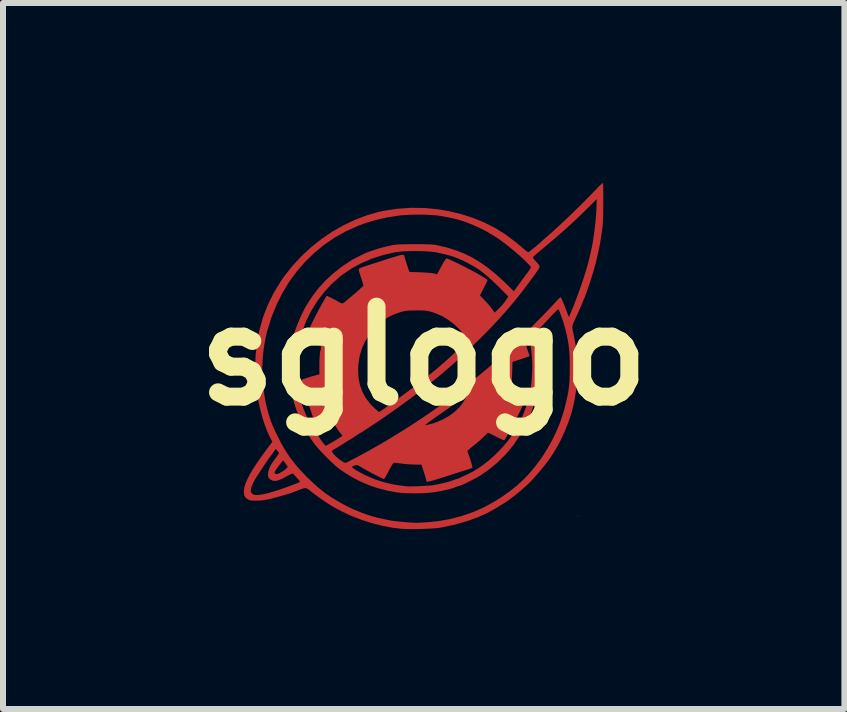
<source format=kicad_pcb>
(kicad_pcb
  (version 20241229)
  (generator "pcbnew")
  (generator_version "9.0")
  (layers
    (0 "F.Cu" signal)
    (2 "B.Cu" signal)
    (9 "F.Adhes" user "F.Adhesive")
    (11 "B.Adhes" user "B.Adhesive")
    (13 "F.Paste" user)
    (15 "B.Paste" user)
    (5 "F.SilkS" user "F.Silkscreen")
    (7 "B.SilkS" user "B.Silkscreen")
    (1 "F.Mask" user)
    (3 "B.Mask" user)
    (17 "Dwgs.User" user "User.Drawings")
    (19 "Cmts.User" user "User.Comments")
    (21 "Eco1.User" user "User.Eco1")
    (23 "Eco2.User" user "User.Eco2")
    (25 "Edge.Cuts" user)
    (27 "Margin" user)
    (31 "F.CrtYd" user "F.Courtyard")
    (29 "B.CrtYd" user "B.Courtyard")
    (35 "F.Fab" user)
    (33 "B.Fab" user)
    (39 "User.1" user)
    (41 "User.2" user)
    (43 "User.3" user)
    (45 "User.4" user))
  (footprint "sglogo"
    (layer "F.Cu")
    (at 4.014 2.885)
    (property "Reference" "sglogo" (at 0 0 0) (layer "F.SilkS") (effects (font (size 1.5 1.5) (thickness 0.3))))
    (attr board_only exclude_from_pos_files exclude_from_bom)
    (fp_poly (pts (xy 2.567 2.654) (xy 2.562 2.658) (xy 2.557 2.654) (xy 2.562 2.649)) (stroke (width 0) (type solid)) (fill yes) (layer "F.Cu"))
    (fp_poly (pts (xy 2.567 2.673) (xy 2.562 2.678) (xy 2.557 2.673) (xy 2.562 2.668)) (stroke (width 0) (type solid)) (fill yes) (layer "F.Cu"))
    (fp_poly (pts (xy 2.605 2.654) (xy 2.601 2.658) (xy 2.596 2.654) (xy 2.601 2.649)) (stroke (width 0) (type solid)) (fill yes) (layer "F.Cu"))
    (fp_poly (pts (xy 2.989 -2.885) (xy 2.991 -2.874) (xy 2.992 -2.846) (xy 2.993 -2.804) (xy 2.994 -2.749) (xy 2.995 -2.684) (xy 2.995 -2.611) (xy 2.995 -2.554) (xy 2.994 -2.461) (xy 2.993 -2.384) (xy 2.992 -2.32) (xy 2.99 -2.266) (xy 2.988 -2.22) (xy 2.984 -2.178) (xy 2.98 -2.137) (xy 2.974 -2.094) (xy 2.973 -2.085) (xy 2.959 -1.993) (xy 2.946 -1.913) (xy 2.934 -1.842) (xy 2.92 -1.773) (xy 2.904 -1.7) (xy 2.885 -1.619) (xy 2.869 -1.551) (xy 2.85 -1.481) (xy 2.827 -1.399) (xy 2.799 -1.31) (xy 2.77 -1.219) (xy 2.739 -1.129) (xy 2.71 -1.045) (xy 2.682 -0.973) (xy 2.664 -0.93) (xy 2.657 -0.912) (xy 2.644 -0.882) (xy 2.629 -0.845) (xy 2.624 -0.833) (xy 2.607 -0.794) (xy 2.585 -0.744) (xy 2.56 -0.689) (xy 2.535 -0.636) (xy 2.535 -0.636) (xy 2.511 -0.582) (xy 2.492 -0.536) (xy 2.481 -0.502) (xy 2.478 -0.484) (xy 2.48 -0.46) (xy 2.486 -0.425) (xy 2.495 -0.383) (xy 2.498 -0.368) (xy 2.533 -0.184) (xy 2.555 0.009) (xy 2.564 0.203) (xy 2.558 0.393) (xy 2.558 0.397) (xy 2.54 0.584) (xy 2.511 0.759) (xy 2.472 0.926) (xy 2.419 1.09) (xy 2.353 1.256) (xy 2.282 1.408) (xy 2.254 1.462) (xy 2.221 1.522) (xy 2.184 1.584) (xy 2.148 1.643) (xy 2.115 1.693) (xy 2.093 1.724) (xy 2.035 1.801) (xy 1.973 1.878) (xy 1.911 1.952) (xy 1.853 2.019) (xy 1.801 2.076) (xy 1.782 2.095) (xy 1.715 2.16) (xy 1.639 2.227) (xy 1.56 2.294) (xy 1.481 2.356) (xy 1.407 2.411) (xy 1.341 2.455) (xy 1.339 2.456) (xy 1.305 2.477) (xy 1.264 2.502) (xy 1.228 2.525) (xy 1.074 2.612) (xy 0.906 2.688) (xy 0.724 2.754) (xy 0.525 2.811) (xy 0.311 2.857) (xy 0.291 2.861) (xy 0.241 2.868) (xy 0.176 2.874) (xy 0.1 2.879) (xy 0.016 2.883) (xy -0.072 2.885) (xy -0.16 2.886) (xy -0.243 2.886) (xy -0.319 2.884) (xy -0.371 2.881) (xy -0.532 2.862) (xy -0.701 2.829) (xy -0.874 2.785) (xy -1.046 2.729) (xy -1.214 2.663) (xy -1.374 2.588) (xy -1.454 2.545) (xy -1.494 2.523) (xy -1.53 2.501) (xy -1.566 2.48) (xy -1.605 2.455) (xy -1.652 2.424) (xy -1.71 2.384) (xy -1.71 2.384) (xy -1.734 2.367) (xy -1.769 2.342) (xy -1.81 2.311) (xy -1.853 2.279) (xy -1.858 2.275) (xy -1.895 2.246) (xy -1.923 2.224) (xy -1.945 2.211) (xy -1.966 2.204) (xy -1.988 2.205) (xy -2.016 2.212) (xy -2.054 2.225) (xy -2.104 2.245) (xy -2.129 2.254) (xy -2.174 2.271) (xy -2.215 2.286) (xy -2.247 2.297) (xy -2.264 2.302) (xy -2.285 2.308) (xy -2.319 2.318) (xy -2.361 2.33) (xy -2.389 2.338) (xy -2.478 2.363) (xy -2.553 2.383) (xy -2.617 2.396) (xy -2.674 2.405) (xy -2.729 2.41) (xy -2.783 2.412) (xy -2.833 2.412) (xy -2.868 2.41) (xy -2.895 2.406) (xy -2.916 2.399) (xy -2.928 2.393) (xy -2.964 2.368) (xy -2.987 2.335) (xy -2.997 2.292) (xy -2.997 2.251) (xy -2.883 2.251) (xy -2.879 2.27) (xy -2.866 2.288) (xy -2.844 2.306) (xy -2.817 2.316) (xy -2.782 2.32) (xy -2.736 2.316) (xy -2.676 2.306) (xy -2.662 2.303) (xy -2.591 2.286) (xy -2.506 2.261) (xy -2.409 2.231) (xy -2.305 2.195) (xy -2.196 2.155) (xy -2.085 2.112) (xy -2.077 2.109) (xy -2.067 2.104) (xy -2.064 2.097) (xy -2.069 2.087) (xy -2.083 2.068) (xy -2.108 2.039) (xy -2.115 2.032) (xy -2.142 2.002) (xy -2.164 1.978) (xy -2.179 1.963) (xy -2.183 1.959) (xy -2.194 1.962) (xy -2.218 1.972) (xy -2.252 1.989) (xy -2.286 2.008) (xy -2.353 2.044) (xy -2.409 2.068) (xy -2.453 2.081) (xy -2.489 2.084) (xy -2.509 2.081) (xy -2.554 2.062) (xy -2.583 2.036) (xy -2.596 2) (xy -2.595 1.952) (xy -2.594 1.945) (xy -2.486 1.945) (xy -2.479 1.961) (xy -2.479 1.961) (xy -2.463 1.971) (xy -2.438 1.968) (xy -2.403 1.953) (xy -2.367 1.933) (xy -2.334 1.912) (xy -2.305 1.889) (xy -2.291 1.876) (xy -2.265 1.85) (xy -2.301 1.797) (xy -2.32 1.77) (xy -2.335 1.751) (xy -2.343 1.744) (xy -2.351 1.751) (xy -2.368 1.77) (xy -2.39 1.798) (xy -2.415 1.83) (xy -2.439 1.863) (xy -2.46 1.893) (xy -2.475 1.917) (xy -2.48 1.925) (xy -2.486 1.945) (xy -2.594 1.945) (xy -2.59 1.926) (xy -2.577 1.883) (xy -2.559 1.84) (xy -2.532 1.793) (xy -2.495 1.739) (xy -2.449 1.677) (xy -2.43 1.651) (xy -2.417 1.63) (xy -2.413 1.621) (xy -2.419 1.609) (xy -2.433 1.589) (xy -2.439 1.581) (xy -2.466 1.549) (xy -2.504 1.603) (xy -2.53 1.639) (xy -2.556 1.675) (xy -2.573 1.698) (xy -2.604 1.741) (xy -2.639 1.793) (xy -2.678 1.85) (xy -2.717 1.909) (xy -2.754 1.967) (xy -2.788 2.021) (xy -2.816 2.066) (xy -2.835 2.1) (xy -2.84 2.109) (xy -2.858 2.148) (xy -2.872 2.188) (xy -2.88 2.219) (xy -2.881 2.221) (xy -2.883 2.251) (xy -2.997 2.251) (xy -2.997 2.239) (xy -2.989 2.186) (xy -2.97 2.124) (xy -2.94 2.055) (xy -2.9 1.976) (xy -2.848 1.888) (xy -2.783 1.789) (xy -2.707 1.679) (xy -2.617 1.556) (xy -2.574 1.499) (xy -2.523 1.432) (xy -2.569 1.343) (xy -2.614 1.243) (xy -2.657 1.128) (xy -2.696 1.001) (xy -2.731 0.867) (xy -2.76 0.73) (xy -2.783 0.593) (xy -2.798 0.462) (xy -2.809 0.236) (xy -2.692 0.236) (xy -2.688 0.371) (xy -2.675 0.513) (xy -2.656 0.655) (xy -2.631 0.791) (xy -2.607 0.891) (xy -2.585 0.966) (xy -2.566 1.03) (xy -2.547 1.088) (xy -2.525 1.143) (xy -2.5 1.202) (xy -2.469 1.269) (xy -2.436 1.336) (xy -2.37 1.466) (xy -2.302 1.583) (xy -2.229 1.691) (xy -2.149 1.796) (xy -2.059 1.901) (xy -1.955 2.01) (xy -1.937 2.028) (xy -1.851 2.111) (xy -1.771 2.183) (xy -1.694 2.247) (xy -1.614 2.306) (xy -1.527 2.365) (xy -1.526 2.365) (xy -1.412 2.434) (xy -1.289 2.501) (xy -1.162 2.561) (xy -1.038 2.612) (xy -0.949 2.644) (xy -0.911 2.656) (xy -0.874 2.668) (xy -0.857 2.674) (xy -0.823 2.683) (xy -0.774 2.696) (xy -0.711 2.71) (xy -0.638 2.726) (xy -0.563 2.741) (xy -0.523 2.748) (xy -0.467 2.755) (xy -0.4 2.762) (xy -0.324 2.769) (xy -0.244 2.776) (xy -0.163 2.781) (xy -0.141 2.782) (xy -0.124 2.782) (xy -0.092 2.781) (xy -0.048 2.779) (xy 0.005 2.776) (xy 0.047 2.774) (xy 0.246 2.754) (xy 0.442 2.719) (xy 0.631 2.67) (xy 0.811 2.608) (xy 0.901 2.57) (xy 0.937 2.553) (xy 0.975 2.537) (xy 0.984 2.533) (xy 1.02 2.516) (xy 1.067 2.49) (xy 1.122 2.46) (xy 1.181 2.426) (xy 1.237 2.392) (xy 1.289 2.359) (xy 1.329 2.332) (xy 1.451 2.244) (xy 1.558 2.158) (xy 1.655 2.07) (xy 1.745 1.977) (xy 1.833 1.874) (xy 1.922 1.759) (xy 1.95 1.721) (xy 1.999 1.648) (xy 2.051 1.565) (xy 2.102 1.477) (xy 2.149 1.39) (xy 2.188 1.31) (xy 2.201 1.281) (xy 2.219 1.241) (xy 2.234 1.205) (xy 2.246 1.179) (xy 2.25 1.17) (xy 2.261 1.142) (xy 2.277 1.1) (xy 2.294 1.05) (xy 2.311 0.998) (xy 2.328 0.947) (xy 2.34 0.903) (xy 2.345 0.887) (xy 2.37 0.787) (xy 2.39 0.701) (xy 2.406 0.625) (xy 2.417 0.554) (xy 2.426 0.486) (xy 2.431 0.414) (xy 2.434 0.335) (xy 2.435 0.246) (xy 2.436 0.188) (xy 2.435 0.078) (xy 2.432 -0.017) (xy 2.426 -0.102) (xy 2.417 -0.182) (xy 2.404 -0.262) (xy 2.386 -0.346) (xy 2.364 -0.439) (xy 2.348 -0.496) (xy 2.336 -0.539) (xy 2.321 -0.587) (xy 2.304 -0.636) (xy 2.287 -0.683) (xy 2.272 -0.724) (xy 2.258 -0.756) (xy 2.248 -0.776) (xy 2.244 -0.78) (xy 2.235 -0.773) (xy 2.215 -0.755) (xy 2.187 -0.726) (xy 2.151 -0.69) (xy 2.111 -0.648) (xy 2.069 -0.603) (xy 2.025 -0.557) (xy 1.984 -0.512) (xy 1.946 -0.47) (xy 1.914 -0.434) (xy 1.889 -0.406) (xy 1.887 -0.402) (xy 1.865 -0.376) (xy 1.854 -0.358) (xy 1.852 -0.343) (xy 1.856 -0.324) (xy 1.859 -0.314) (xy 1.893 -0.176) (xy 1.917 -0.027) (xy 1.928 0.127) (xy 1.928 0.283) (xy 1.916 0.436) (xy 1.912 0.462) (xy 1.9 0.545) (xy 1.888 0.615) (xy 1.874 0.678) (xy 1.858 0.739) (xy 1.839 0.805) (xy 1.827 0.843) (xy 1.811 0.892) (xy 1.798 0.93) (xy 1.786 0.963) (xy 1.774 0.993) (xy 1.76 1.025) (xy 1.742 1.064) (xy 1.718 1.113) (xy 1.697 1.155) (xy 1.602 1.33) (xy 1.493 1.491) (xy 1.37 1.639) (xy 1.232 1.776) (xy 1.079 1.901) (xy 0.949 1.991) (xy 0.915 2.011) (xy 0.873 2.035) (xy 0.824 2.06) (xy 0.773 2.087) (xy 0.722 2.112) (xy 0.675 2.134) (xy 0.636 2.152) (xy 0.606 2.163) (xy 0.591 2.167) (xy 0.576 2.171) (xy 0.552 2.179) (xy 0.55 2.18) (xy 0.487 2.204) (xy 0.407 2.226) (xy 0.313 2.247) (xy 0.21 2.266) (xy 0.116 2.279) (xy 0.053 2.285) (xy -0.023 2.289) (xy -0.107 2.29) (xy -0.193 2.29) (xy -0.279 2.288) (xy -0.357 2.284) (xy -0.424 2.278) (xy -0.453 2.274) (xy -0.616 2.243) (xy -0.766 2.204) (xy -0.906 2.157) (xy -1.041 2.099) (xy -1.12 2.06) (xy -1.163 2.038) (xy -1.2 2.017) (xy -1.236 1.996) (xy -1.273 1.973) (xy -1.316 1.945) (xy -1.368 1.91) (xy -1.401 1.887) (xy -1.436 1.861) (xy -1.449 1.85) (xy -1.202 1.85) (xy -1.175 1.871) (xy -1.149 1.89) (xy -1.12 1.909) (xy -1.084 1.93) (xy -1.038 1.954) (xy -0.979 1.985) (xy -0.963 1.992) (xy -0.818 2.055) (xy -0.662 2.106) (xy -0.5 2.143) (xy -0.405 2.158) (xy -0.364 2.163) (xy -0.33 2.168) (xy -0.308 2.171) (xy -0.303 2.172) (xy -0.284 2.174) (xy -0.248 2.175) (xy -0.201 2.175) (xy -0.145 2.173) (xy -0.084 2.171) (xy -0.023 2.168) (xy 0.037 2.165) (xy 0.09 2.161) (xy 0.133 2.157) (xy 0.159 2.154) (xy 0.261 2.135) (xy 0.354 2.114) (xy 0.435 2.092) (xy 0.501 2.069) (xy 0.512 2.065) (xy 0.535 2.056) (xy 0.551 2.052) (xy 0.552 2.052) (xy 0.566 2.048) (xy 0.593 2.037) (xy 0.63 2.02) (xy 0.674 2) (xy 0.72 1.979) (xy 0.764 1.957) (xy 0.804 1.936) (xy 0.829 1.923) (xy 0.949 1.847) (xy 1.07 1.756) (xy 1.187 1.653) (xy 1.299 1.54) (xy 1.401 1.421) (xy 1.49 1.3) (xy 1.519 1.255) (xy 1.55 1.2) (xy 1.585 1.135) (xy 1.619 1.066) (xy 1.649 1.001) (xy 1.665 0.963) (xy 1.681 0.92) (xy 1.699 0.87) (xy 1.716 0.818) (xy 1.732 0.769) (xy 1.745 0.725) (xy 1.754 0.69) (xy 1.758 0.669) (xy 1.758 0.668) (xy 1.761 0.642) (xy 1.767 0.623) (xy 1.776 0.591) (xy 1.784 0.544) (xy 1.792 0.485) (xy 1.799 0.419) (xy 1.804 0.348) (xy 1.808 0.276) (xy 1.81 0.208) (xy 1.81 0.193) (xy 1.81 0.13) (xy 1.807 0.063) (xy 1.802 -0.004) (xy 1.797 -0.069) (xy 1.79 -0.13) (xy 1.783 -0.183) (xy 1.775 -0.225) (xy 1.767 -0.255) (xy 1.76 -0.269) (xy 1.758 -0.27) (xy 1.741 -0.262) (xy 1.721 -0.245) (xy 1.706 -0.225) (xy 1.7 -0.211) (xy 1.703 -0.194) (xy 1.711 -0.164) (xy 1.724 -0.125) (xy 1.734 -0.094) (xy 1.748 -0.055) (xy 1.758 -0.022) (xy 1.764 -0.002) (xy 1.765 0.004) (xy 1.756 0.008) (xy 1.731 0.016) (xy 1.695 0.029) (xy 1.649 0.044) (xy 1.622 0.053) (xy 1.481 0.1) (xy 1.476 0.259) (xy 1.473 0.335) (xy 1.47 0.394) (xy 1.466 0.44) (xy 1.462 0.477) (xy 1.458 0.506) (xy 1.451 0.532) (xy 1.451 0.535) (xy 1.446 0.555) (xy 1.45 0.568) (xy 1.465 0.58) (xy 1.482 0.591) (xy 1.508 0.605) (xy 1.546 0.625) (xy 1.588 0.647) (xy 1.61 0.658) (xy 1.648 0.678) (xy 1.678 0.695) (xy 1.699 0.707) (xy 1.704 0.711) (xy 1.701 0.722) (xy 1.691 0.747) (xy 1.674 0.785) (xy 1.651 0.832) (xy 1.624 0.887) (xy 1.602 0.931) (xy 1.563 1.008) (xy 1.529 1.073) (xy 1.498 1.133) (xy 1.467 1.191) (xy 1.433 1.254) (xy 1.393 1.325) (xy 1.368 1.37) (xy 1.354 1.392) (xy 1.343 1.405) (xy 1.34 1.406) (xy 1.328 1.402) (xy 1.303 1.391) (xy 1.267 1.374) (xy 1.224 1.353) (xy 1.202 1.342) (xy 1.073 1.278) (xy 0.999 1.35) (xy 0.96 1.387) (xy 0.919 1.423) (xy 0.882 1.455) (xy 0.867 1.467) (xy 0.831 1.495) (xy 0.795 1.525) (xy 0.768 1.548) (xy 0.727 1.584) (xy 0.752 1.652) (xy 0.764 1.686) (xy 0.778 1.727) (xy 0.791 1.77) (xy 0.802 1.809) (xy 0.81 1.841) (xy 0.814 1.86) (xy 0.814 1.861) (xy 0.805 1.866) (xy 0.783 1.876) (xy 0.75 1.887) (xy 0.734 1.892) (xy 0.702 1.903) (xy 0.655 1.918) (xy 0.597 1.936) (xy 0.533 1.957) (xy 0.466 1.978) (xy 0.433 1.989) (xy 0.339 2.019) (xy 0.261 2.044) (xy 0.198 2.063) (xy 0.148 2.078) (xy 0.111 2.088) (xy 0.083 2.094) (xy 0.065 2.097) (xy 0.053 2.096) (xy 0.046 2.092) (xy 0.044 2.085) (xy 0.043 2.077) (xy 0.041 2.065) (xy 0.035 2.041) (xy 0.024 2.003) (xy 0.008 1.951) (xy -0.014 1.882) (xy -0.021 1.861) (xy -0.037 1.811) (xy -0.144 1.811) (xy -0.202 1.809) (xy -0.269 1.805) (xy -0.333 1.799) (xy -0.362 1.795) (xy -0.407 1.789) (xy -0.447 1.783) (xy -0.476 1.78) (xy -0.49 1.778) (xy -0.498 1.781) (xy -0.508 1.79) (xy -0.521 1.807) (xy -0.538 1.835) (xy -0.56 1.874) (xy -0.588 1.927) (xy -0.624 1.994) (xy -0.637 2.02) (xy -0.651 2.041) (xy -0.662 2.051) (xy -0.664 2.052) (xy -0.677 2.047) (xy -0.704 2.035) (xy -0.742 2.017) (xy -0.787 1.994) (xy -0.837 1.968) (xy -0.888 1.942) (xy -0.936 1.915) (xy -0.98 1.891) (xy -1.016 1.87) (xy -1.026 1.864) (xy -1.065 1.84) (xy -1.092 1.825) (xy -1.113 1.819) (xy -1.131 1.82) (xy -1.151 1.827) (xy -1.16 1.831) (xy -1.202 1.85) (xy -1.449 1.85) (xy -1.48 1.823) (xy -1.53 1.776) (xy -1.585 1.723) (xy -1.641 1.667) (xy -1.696 1.61) (xy -1.713 1.592) (xy -1.53 1.592) (xy -1.522 1.607) (xy -1.505 1.632) (xy -1.476 1.663) (xy -1.441 1.695) (xy -1.403 1.726) (xy -1.366 1.753) (xy -1.334 1.772) (xy -1.311 1.782) (xy -1.307 1.782) (xy -1.294 1.778) (xy -1.267 1.766) (xy -1.23 1.748) (xy -1.186 1.725) (xy -1.152 1.708) (xy -1.095 1.678) (xy -1.035 1.646) (xy -0.977 1.614) (xy -0.929 1.587) (xy -0.915 1.58) (xy -0.875 1.557) (xy -0.839 1.537) (xy -0.812 1.522) (xy -0.799 1.515) (xy -0.726 1.473) (xy -0.639 1.422) (xy -0.544 1.365) (xy -0.443 1.303) (xy -0.34 1.239) (xy -0.237 1.174) (xy -0.208 1.154) (xy 0.028 1.154) (xy 0.043 1.152) (xy 0.072 1.145) (xy 0.096 1.14) (xy 0.145 1.128) (xy 0.204 1.108) (xy 0.266 1.083) (xy 0.313 1.062) (xy 0.422 1.001) (xy 0.516 0.932) (xy 0.596 0.855) (xy 0.644 0.795) (xy 0.664 0.763) (xy 0.686 0.727) (xy 0.706 0.692) (xy 0.722 0.662) (xy 0.732 0.639) (xy 0.734 0.63) (xy 0.726 0.634) (xy 0.706 0.649) (xy 0.677 0.671) (xy 0.642 0.699) (xy 0.639 0.701) (xy 0.601 0.731) (xy 0.567 0.758) (xy 0.535 0.783) (xy 0.501 0.809) (xy 0.463 0.836) (xy 0.419 0.868) (xy 0.366 0.905) (xy 0.302 0.95) (xy 0.235 0.996) (xy 0.173 1.04) (xy 0.118 1.08) (xy 0.074 1.113) (xy 0.041 1.139) (xy 0.029 1.149) (xy 0.028 1.154) (xy -0.208 1.154) (xy -0.14 1.11) (xy -0.082 1.072) (xy -0.03 1.037) (xy 0.015 1.007) (xy 0.055 0.98) (xy 0.094 0.953) (xy 0.135 0.925) (xy 0.18 0.893) (xy 0.233 0.856) (xy 0.296 0.811) (xy 0.347 0.774) (xy 0.371 0.756) (xy 0.406 0.73) (xy 0.447 0.7) (xy 0.482 0.673) (xy 0.527 0.639) (xy 0.575 0.602) (xy 0.619 0.568) (xy 0.645 0.549) (xy 0.708 0.499) (xy 0.784 0.439) (xy 0.867 0.371) (xy 0.956 0.297) (xy 1.048 0.22) (xy 1.14 0.142) (xy 1.228 0.065) (xy 1.263 0.034) (xy 1.306 -0.004) (xy 1.358 -0.053) (xy 1.42 -0.112) (xy 1.489 -0.179) (xy 1.563 -0.251) (xy 1.641 -0.327) (xy 1.721 -0.406) (xy 1.8 -0.485) (xy 1.877 -0.563) (xy 1.95 -0.637) (xy 2.018 -0.706) (xy 2.078 -0.768) (xy 2.129 -0.822) (xy 2.169 -0.865) (xy 2.186 -0.884) (xy 2.218 -0.92) (xy 2.246 -0.949) (xy 2.268 -0.97) (xy 2.281 -0.979) (xy 2.282 -0.98) (xy 2.29 -0.969) (xy 2.303 -0.944) (xy 2.321 -0.906) (xy 2.341 -0.858) (xy 2.362 -0.803) (xy 2.384 -0.744) (xy 2.394 -0.718) (xy 2.408 -0.681) (xy 2.417 -0.66) (xy 2.424 -0.654) (xy 2.428 -0.66) (xy 2.435 -0.679) (xy 2.447 -0.708) (xy 2.459 -0.737) (xy 2.502 -0.841) (xy 2.544 -0.951) (xy 2.586 -1.063) (xy 2.625 -1.175) (xy 2.662 -1.284) (xy 2.695 -1.388) (xy 2.724 -1.483) (xy 2.747 -1.567) (xy 2.764 -1.637) (xy 2.769 -1.662) (xy 2.777 -1.698) (xy 2.786 -1.735) (xy 2.787 -1.739) (xy 2.8 -1.794) (xy 2.814 -1.863) (xy 2.827 -1.945) (xy 2.84 -2.034) (xy 2.852 -2.127) (xy 2.863 -2.221) (xy 2.871 -2.311) (xy 2.877 -2.394) (xy 2.88 -2.442) (xy 2.886 -2.615) (xy 2.695 -2.426) (xy 2.604 -2.337) (xy 2.513 -2.251) (xy 2.421 -2.166) (xy 2.325 -2.079) (xy 2.221 -1.989) (xy 2.108 -1.893) (xy 1.983 -1.788) (xy 1.96 -1.769) (xy 1.918 -1.734) (xy 1.881 -1.703) (xy 1.852 -1.677) (xy 1.833 -1.66) (xy 1.827 -1.654) (xy 1.822 -1.644) (xy 1.825 -1.632) (xy 1.838 -1.614) (xy 1.863 -1.586) (xy 1.897 -1.548) (xy 1.92 -1.52) (xy 1.931 -1.498) (xy 1.931 -1.478) (xy 1.92 -1.454) (xy 1.899 -1.423) (xy 1.879 -1.395) (xy 1.754 -1.222) (xy 1.633 -1.062) (xy 1.511 -0.91) (xy 1.387 -0.763) (xy 1.256 -0.617) (xy 1.116 -0.467) (xy 0.963 -0.311) (xy 0.954 -0.302) (xy 0.72 -0.075) (xy 0.492 0.135) (xy 0.269 0.326) (xy 0.126 0.441) (xy 0.083 0.475) (xy 0.038 0.51) (xy -0.002 0.542) (xy -0.028 0.562) (xy -0.09 0.61) (xy -0.163 0.666) (xy -0.243 0.725) (xy -0.325 0.785) (xy -0.403 0.842) (xy -0.473 0.893) (xy -0.485 0.901) (xy -0.524 0.928) (xy -0.564 0.956) (xy -0.597 0.98) (xy -0.601 0.982) (xy -0.637 1.007) (xy -0.68 1.037) (xy -0.73 1.071) (xy -0.783 1.107) (xy -0.838 1.143) (xy -0.891 1.178) (xy -0.94 1.211) (xy -0.983 1.239) (xy -1.018 1.261) (xy -1.041 1.276) (xy -1.052 1.281) (xy -1.052 1.281) (xy -1.062 1.286) (xy -1.082 1.299) (xy -1.096 1.308) (xy -1.116 1.322) (xy -1.136 1.335) (xy -1.159 1.35) (xy -1.189 1.369) (xy -1.23 1.395) (xy -1.267 1.418) (xy -1.341 1.464) (xy -1.399 1.501) (xy -1.442 1.527) (xy -1.47 1.543) (xy -1.483 1.55) (xy -1.484 1.551) (xy -1.495 1.556) (xy -1.512 1.566) (xy -1.528 1.579) (xy -1.53 1.592) (xy -1.713 1.592) (xy -1.746 1.556) (xy -1.789 1.507) (xy -1.822 1.466) (xy -1.831 1.454) (xy -1.887 1.372) (xy -1.934 1.299) (xy -1.975 1.228) (xy -2.014 1.155) (xy -2.017 1.148) (xy -2.043 1.094) (xy -2.07 1.031) (xy -2.097 0.963) (xy -2.123 0.894) (xy -2.145 0.829) (xy -2.163 0.772) (xy -2.174 0.727) (xy -2.175 0.722) (xy -2.18 0.699) (xy -2.188 0.666) (xy -2.191 0.65) (xy -2.202 0.596) (xy -2.213 0.527) (xy -2.222 0.451) (xy -2.23 0.372) (xy -2.236 0.296) (xy -2.239 0.229) (xy -2.239 0.202) (xy -2.238 0.16) (xy -2.122 0.16) (xy -2.119 0.349) (xy -2.098 0.534) (xy -2.074 0.655) (xy -2.042 0.77) (xy -2.003 0.883) (xy -1.954 0.995) (xy -1.895 1.11) (xy -1.824 1.23) (xy -1.74 1.36) (xy -1.725 1.382) (xy -1.693 1.428) (xy -1.669 1.46) (xy -1.653 1.481) (xy -1.641 1.492) (xy -1.632 1.495) (xy -1.623 1.493) (xy -1.62 1.492) (xy -1.602 1.482) (xy -1.572 1.465) (xy -1.538 1.446) (xy -1.532 1.442) (xy -1.489 1.417) (xy -1.441 1.388) (xy -1.395 1.359) (xy -1.358 1.335) (xy -1.355 1.333) (xy -1.359 1.325) (xy -1.373 1.306) (xy -1.394 1.28) (xy -1.402 1.27) (xy -1.432 1.229) (xy -1.462 1.181) (xy -1.485 1.139) (xy -1.5 1.107) (xy -1.513 1.082) (xy -1.521 1.07) (xy -1.521 1.069) (xy -1.532 1.072) (xy -1.555 1.08) (xy -1.576 1.087) (xy -1.65 1.112) (xy -1.709 1.131) (xy -1.752 1.142) (xy -1.779 1.146) (xy -1.78 1.146) (xy -1.789 1.145) (xy -1.797 1.141) (xy -1.805 1.13) (xy -1.814 1.11) (xy -1.826 1.079) (xy -1.841 1.035) (xy -1.858 0.985) (xy -1.884 0.908) (xy -1.904 0.847) (xy -1.919 0.8) (xy -1.931 0.765) (xy -1.94 0.74) (xy -1.946 0.722) (xy -1.951 0.709) (xy -1.951 0.708) (xy -1.963 0.674) (xy -1.977 0.631) (xy -1.991 0.583) (xy -2.004 0.534) (xy -2.017 0.488) (xy -2.026 0.448) (xy -2.032 0.417) (xy -2.034 0.4) (xy -2.034 0.398) (xy -2.022 0.392) (xy -1.995 0.382) (xy -1.959 0.37) (xy -1.916 0.356) (xy -1.871 0.342) (xy -1.828 0.33) (xy -1.791 0.32) (xy -1.765 0.313) (xy -1.739 0.308) (xy -1.739 0.235) (xy -1.093 0.235) (xy -1.086 0.366) (xy -1.062 0.486) (xy -1.022 0.597) (xy -0.966 0.7) (xy -0.892 0.797) (xy -0.879 0.811) (xy -0.857 0.834) (xy -0.829 0.861) (xy -0.8 0.888) (xy -0.773 0.911) (xy -0.753 0.928) (xy -0.742 0.934) (xy -0.742 0.934) (xy -0.733 0.929) (xy -0.712 0.916) (xy -0.684 0.897) (xy -0.682 0.895) (xy -0.649 0.872) (xy -0.618 0.85) (xy -0.597 0.835) (xy -0.576 0.82) (xy -0.544 0.797) (xy -0.509 0.772) (xy -0.501 0.766) (xy -0.419 0.707) (xy -0.324 0.637) (xy -0.27 0.596) (xy -0.242 0.575) (xy -0.206 0.548) (xy -0.173 0.524) (xy 0.018 0.376) (xy 0.196 0.233) (xy 0.361 0.091) (xy 0.519 -0.053) (xy 0.582 -0.113) (xy 0.731 -0.256) (xy 0.712 -0.286) (xy 0.678 -0.338) (xy 0.65 -0.379) (xy 0.622 -0.414) (xy 0.591 -0.449) (xy 0.579 -0.461) (xy 0.499 -0.536) (xy 0.41 -0.603) (xy 0.316 -0.66) (xy 0.226 -0.701) (xy 0.164 -0.724) (xy 0.11 -0.74) (xy 0.059 -0.751) (xy 0.005 -0.757) (xy -0.056 -0.76) (xy -0.13 -0.759) (xy -0.143 -0.759) (xy -0.205 -0.758) (xy -0.252 -0.756) (xy -0.289 -0.753) (xy -0.32 -0.748) (xy -0.351 -0.741) (xy -0.384 -0.731) (xy -0.408 -0.724) (xy -0.508 -0.687) (xy -0.596 -0.644) (xy -0.676 -0.591) (xy -0.754 -0.526) (xy -0.805 -0.475) (xy -0.897 -0.367) (xy -0.972 -0.251) (xy -1.029 -0.128) (xy -1.068 0.003) (xy -1.089 0.141) (xy -1.093 0.235) (xy -1.739 0.235) (xy -1.739 0.149) (xy -1.738 0.069) (xy -1.734 0.004) (xy -1.729 -0.048) (xy -1.722 -0.083) (xy -1.715 -0.12) (xy -1.711 -0.142) (xy -1.712 -0.155) (xy -1.718 -0.163) (xy -1.725 -0.167) (xy -1.74 -0.176) (xy -1.768 -0.191) (xy -1.806 -0.211) (xy -1.849 -0.234) (xy -1.854 -0.237) (xy -1.901 -0.263) (xy -1.937 -0.285) (xy -1.96 -0.302) (xy -1.968 -0.312) (xy -1.965 -0.325) (xy -1.954 -0.353) (xy -1.936 -0.393) (xy -1.913 -0.442) (xy -1.887 -0.499) (xy -1.857 -0.56) (xy -1.825 -0.623) (xy -1.794 -0.686) (xy -1.763 -0.745) (xy -1.733 -0.8) (xy -1.708 -0.846) (xy -1.707 -0.848) (xy -1.683 -0.89) (xy -1.661 -0.928) (xy -1.644 -0.958) (xy -1.635 -0.975) (xy -1.624 -0.994) (xy -1.615 -1.002) (xy -1.615 -1.002) (xy -1.603 -0.998) (xy -1.579 -0.986) (xy -1.546 -0.97) (xy -1.508 -0.951) (xy -1.469 -0.931) (xy -1.434 -0.912) (xy -1.406 -0.897) (xy -1.39 -0.887) (xy -1.388 -0.885) (xy -1.367 -0.877) (xy -1.342 -0.88) (xy -1.323 -0.892) (xy -1.311 -0.905) (xy -1.287 -0.926) (xy -1.255 -0.953) (xy -1.223 -0.978) (xy -1.179 -1.014) (xy -1.132 -1.054) (xy -1.09 -1.092) (xy -1.07 -1.11) (xy -1.003 -1.172) (xy -1.02 -1.229) (xy -1.032 -1.268) (xy -1.047 -1.315) (xy -1.061 -1.358) (xy -1.072 -1.394) (xy -1.08 -1.425) (xy -1.084 -1.444) (xy -1.084 -1.445) (xy -1.078 -1.453) (xy -1.06 -1.464) (xy -1.029 -1.477) (xy -0.982 -1.494) (xy -0.942 -1.507) (xy -0.853 -1.536) (xy -0.781 -1.559) (xy -0.723 -1.578) (xy -0.677 -1.593) (xy -0.639 -1.605) (xy -0.609 -1.615) (xy -0.584 -1.623) (xy -0.562 -1.629) (xy -0.54 -1.636) (xy -0.535 -1.638) (xy -0.493 -1.65) (xy -0.452 -1.663) (xy -0.42 -1.672) (xy -0.42 -1.673) (xy -0.375 -1.684) (xy -0.343 -1.685) (xy -0.325 -1.677) (xy -0.322 -1.669) (xy -0.319 -1.654) (xy -0.311 -1.624) (xy -0.299 -1.585) (xy -0.284 -1.538) (xy -0.28 -1.527) (xy -0.239 -1.401) (xy -0.052 -1.395) (xy 0.018 -1.391) (xy 0.08 -1.387) (xy 0.131 -1.382) (xy 0.167 -1.377) (xy 0.179 -1.374) (xy 0.223 -1.361) (xy 0.264 -1.439) (xy 0.301 -1.506) (xy 0.331 -1.559) (xy 0.356 -1.598) (xy 0.373 -1.621) (xy 0.382 -1.628) (xy 0.394 -1.624) (xy 0.419 -1.613) (xy 0.453 -1.598) (xy 0.493 -1.58) (xy 0.534 -1.56) (xy 0.573 -1.542) (xy 0.605 -1.526) (xy 0.627 -1.514) (xy 0.631 -1.512) (xy 0.651 -1.501) (xy 0.669 -1.493) (xy 0.693 -1.482) (xy 0.708 -1.474) (xy 0.724 -1.465) (xy 0.751 -1.451) (xy 0.775 -1.439) (xy 0.824 -1.414) (xy 0.874 -1.386) (xy 0.924 -1.358) (xy 0.97 -1.33) (xy 1.01 -1.306) (xy 1.041 -1.285) (xy 1.06 -1.271) (xy 1.064 -1.265) (xy 1.06 -1.252) (xy 1.049 -1.226) (xy 1.031 -1.189) (xy 1.01 -1.146) (xy 1.002 -1.131) (xy 0.939 -1.009) (xy 1.019 -0.926) (xy 1.056 -0.886) (xy 1.093 -0.844) (xy 1.124 -0.805) (xy 1.141 -0.782) (xy 1.184 -0.722) (xy 1.261 -0.799) (xy 1.298 -0.837) (xy 1.333 -0.878) (xy 1.362 -0.915) (xy 1.375 -0.934) (xy 1.411 -0.992) (xy 1.25 -1.154) (xy 1.162 -1.239) (xy 1.078 -1.315) (xy 0.999 -1.381) (xy 0.928 -1.435) (xy 0.872 -1.472) (xy 0.821 -1.502) (xy 0.769 -1.531) (xy 0.72 -1.558) (xy 0.678 -1.579) (xy 0.648 -1.593) (xy 0.645 -1.595) (xy 0.613 -1.608) (xy 0.583 -1.621) (xy 0.578 -1.623) (xy 0.519 -1.647) (xy 0.457 -1.668) (xy 0.389 -1.687) (xy 0.309 -1.706) (xy 0.217 -1.726) (xy 0.161 -1.735) (xy 0.09 -1.741) (xy 0.008 -1.746) (xy -0.08 -1.748) (xy -0.17 -1.749) (xy -0.259 -1.747) (xy -0.342 -1.744) (xy -0.414 -1.738) (xy -0.471 -1.73) (xy -0.472 -1.73) (xy -0.672 -1.684) (xy -0.86 -1.624) (xy -1.036 -1.549) (xy -1.202 -1.459) (xy -1.357 -1.353) (xy -1.392 -1.326) (xy -1.53 -1.204) (xy -1.656 -1.068) (xy -1.77 -0.92) (xy -1.869 -0.762) (xy -1.927 -0.65) (xy -1.951 -0.598) (xy -1.976 -0.537) (xy -2 -0.474) (xy -2.022 -0.411) (xy -2.041 -0.353) (xy -2.055 -0.305) (xy -2.062 -0.274) (xy -2.069 -0.242) (xy -2.077 -0.215) (xy -2.077 -0.213) (xy -2.081 -0.195) (xy -2.087 -0.162) (xy -2.094 -0.118) (xy -2.102 -0.066) (xy -2.106 -0.034) (xy -2.122 0.16) (xy -2.238 0.16) (xy -2.238 0.15) (xy -2.234 0.088) (xy -2.229 0.021) (xy -2.222 -0.048) (xy -2.214 -0.113) (xy -2.206 -0.171) (xy -2.197 -0.217) (xy -2.191 -0.241) (xy -2.183 -0.272) (xy -2.177 -0.302) (xy -2.177 -0.302) (xy -2.168 -0.347) (xy -2.15 -0.404) (xy -2.127 -0.471) (xy -2.098 -0.544) (xy -2.066 -0.62) (xy -2.032 -0.694) (xy -1.998 -0.764) (xy -1.965 -0.826) (xy -1.958 -0.838) (xy -1.86 -0.99) (xy -1.755 -1.128) (xy -1.64 -1.255) (xy -1.513 -1.372) (xy -1.372 -1.484) (xy -1.213 -1.59) (xy -1.204 -1.596) (xy -1.182 -1.609) (xy -1.148 -1.627) (xy -1.106 -1.648) (xy -1.06 -1.671) (xy -1.016 -1.693) (xy -0.977 -1.711) (xy -0.949 -1.724) (xy -0.939 -1.728) (xy -0.826 -1.767) (xy -0.724 -1.799) (xy -0.625 -1.825) (xy -0.549 -1.841) (xy -0.517 -1.848) (xy -0.487 -1.853) (xy -0.455 -1.856) (xy -0.421 -1.859) (xy -0.379 -1.861) (xy -0.328 -1.862) (xy -0.265 -1.863) (xy -0.186 -1.863) (xy -0.149 -1.863) (xy -0.061 -1.863) (xy 0.011 -1.863) (xy 0.068 -1.861) (xy 0.115 -1.86) (xy 0.152 -1.857) (xy 0.184 -1.854) (xy 0.212 -1.849) (xy 0.226 -1.846) (xy 0.388 -1.808) (xy 0.538 -1.761) (xy 0.679 -1.706) (xy 0.814 -1.639) (xy 0.945 -1.56) (xy 1.075 -1.468) (xy 1.206 -1.361) (xy 1.341 -1.238) (xy 1.382 -1.198) (xy 1.503 -1.079) (xy 1.579 -1.182) (xy 1.61 -1.225) (xy 1.64 -1.267) (xy 1.666 -1.302) (xy 1.684 -1.327) (xy 1.685 -1.327) (xy 1.708 -1.36) (xy 1.736 -1.396) (xy 1.751 -1.416) (xy 1.77 -1.444) (xy 1.783 -1.467) (xy 1.787 -1.479) (xy 1.78 -1.493) (xy 1.76 -1.517) (xy 1.729 -1.55) (xy 1.688 -1.59) (xy 1.641 -1.635) (xy 1.587 -1.683) (xy 1.531 -1.732) (xy 1.507 -1.752) (xy 1.416 -1.827) (xy 1.334 -1.891) (xy 1.256 -1.947) (xy 1.178 -1.999) (xy 1.096 -2.048) (xy 1.055 -2.072) (xy 1.014 -2.094) (xy 0.976 -2.114) (xy 0.936 -2.133) (xy 0.891 -2.154) (xy 0.836 -2.178) (xy 0.771 -2.205) (xy 0.686 -2.238) (xy 0.595 -2.267) (xy 0.494 -2.293) (xy 0.38 -2.317) (xy 0.294 -2.333) (xy 0.218 -2.343) (xy 0.129 -2.35) (xy 0.029 -2.355) (xy -0.075 -2.357) (xy -0.18 -2.356) (xy -0.28 -2.352) (xy -0.371 -2.345) (xy -0.438 -2.337) (xy -0.594 -2.312) (xy -0.735 -2.282) (xy -0.865 -2.248) (xy -0.991 -2.208) (xy -1.098 -2.168) (xy -1.297 -2.078) (xy -1.485 -1.973) (xy -1.661 -1.852) (xy -1.826 -1.717) (xy -1.979 -1.568) (xy -2.119 -1.406) (xy -2.246 -1.23) (xy -2.359 -1.043) (xy -2.457 -0.845) (xy -2.541 -0.635) (xy -2.609 -0.415) (xy -2.618 -0.38) (xy -2.64 -0.282) (xy -2.659 -0.17) (xy -2.675 -0.051) (xy -2.685 0.069) (xy -2.691 0.183) (xy -2.692 0.236) (xy -2.809 0.236) (xy -2.809 0.225) (xy -2.803 -0.004) (xy -2.778 -0.227) (xy -2.736 -0.443) (xy -2.676 -0.652) (xy -2.598 -0.854) (xy -2.501 -1.049) (xy -2.387 -1.238) (xy -2.317 -1.339) (xy -2.182 -1.508) (xy -2.034 -1.667) (xy -1.874 -1.815) (xy -1.704 -1.95) (xy -1.525 -2.071) (xy -1.338 -2.178) (xy -1.147 -2.269) (xy -0.951 -2.344) (xy -0.752 -2.401) (xy -0.655 -2.422) (xy -0.434 -2.455) (xy -0.21 -2.47) (xy 0.014 -2.467) (xy 0.236 -2.446) (xy 0.409 -2.417) (xy 0.623 -2.366) (xy 0.824 -2.302) (xy 1.014 -2.224) (xy 1.195 -2.132) (xy 1.368 -2.023) (xy 1.535 -1.898) (xy 1.631 -1.818) (xy 1.673 -1.781) (xy 1.704 -1.755) (xy 1.725 -1.74) (xy 1.739 -1.732) (xy 1.749 -1.732) (xy 1.756 -1.735) (xy 1.781 -1.755) (xy 1.813 -1.781) (xy 1.849 -1.81) (xy 1.884 -1.839) (xy 1.915 -1.865) (xy 1.939 -1.885) (xy 1.951 -1.896) (xy 1.963 -1.908) (xy 1.987 -1.93) (xy 2.019 -1.958) (xy 2.057 -1.991) (xy 2.071 -2.003) (xy 2.155 -2.077) (xy 2.248 -2.162) (xy 2.35 -2.257) (xy 2.457 -2.359) (xy 2.567 -2.466) (xy 2.677 -2.575) (xy 2.784 -2.684) (xy 2.887 -2.79) (xy 2.893 -2.797) (xy 2.926 -2.831) (xy 2.955 -2.858) (xy 2.977 -2.877) (xy 2.988 -2.885)) (stroke (width 0) (type solid)) (fill yes) (layer "F.Cu")))
  (gr_rect
    (start -3 -3)
    (end 11.029 8.771)
    (stroke (width 0.1) (type default))
    (fill no)
    (layer "Edge.Cuts")))
</source>
